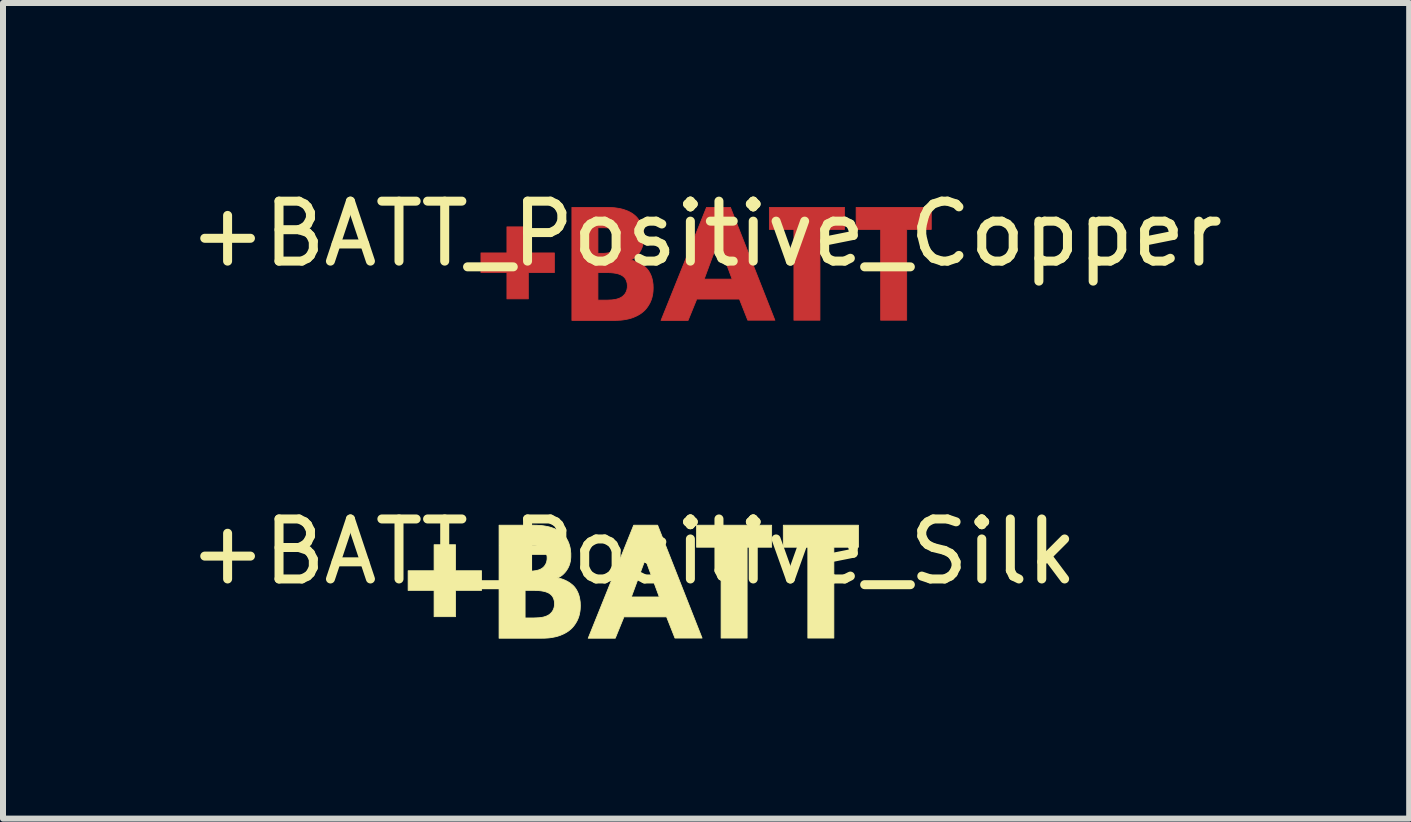
<source format=kicad_pcb>
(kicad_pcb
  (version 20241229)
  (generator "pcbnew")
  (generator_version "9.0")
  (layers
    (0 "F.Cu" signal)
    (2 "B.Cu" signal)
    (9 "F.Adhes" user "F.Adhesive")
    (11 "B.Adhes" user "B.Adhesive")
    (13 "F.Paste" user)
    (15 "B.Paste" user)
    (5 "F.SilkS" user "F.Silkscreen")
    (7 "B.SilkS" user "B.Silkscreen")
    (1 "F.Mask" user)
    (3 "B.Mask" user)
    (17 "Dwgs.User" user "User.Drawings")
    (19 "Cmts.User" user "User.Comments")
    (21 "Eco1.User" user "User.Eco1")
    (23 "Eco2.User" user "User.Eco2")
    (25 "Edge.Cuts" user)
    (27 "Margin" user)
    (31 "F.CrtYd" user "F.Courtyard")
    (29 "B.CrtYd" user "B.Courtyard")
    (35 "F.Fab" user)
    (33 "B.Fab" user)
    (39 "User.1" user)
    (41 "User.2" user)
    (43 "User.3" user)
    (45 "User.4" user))
  (footprint "+BATT_Positive_Copper"
    (layer "F.Cu")
    (at 8.72 1.348)
    (property "Reference" "+BATT_Positive_Copper" (at 0 -0.5 0) (unlocked yes) (layer "F.SilkS") (effects (font (size 1 1) (thickness 0.15))))
    (fp_poly (pts (xy 2.307 -0.574) (xy 1.898 -0.574) (xy 1.898 0.94) (xy 1.464 0.94) (xy 1.464 -0.574) (xy 1.055 -0.574) (xy 1.055 -0.941) (xy 2.307 -0.941)) (stroke (width 0.013) (type solid)) (fill yes) (layer "F.Cu"))
    (fp_poly (pts (xy 3.754 -0.574) (xy 3.344 -0.574) (xy 3.344 0.94) (xy 2.91 0.94) (xy 2.91 -0.574) (xy 2.501 -0.574) (xy 2.501 -0.941) (xy 3.754 -0.941)) (stroke (width 0.013) (type solid)) (fill yes) (layer "F.Cu"))
    (fp_poly (pts (xy -2.963 -0.182) (xy -2.529 -0.182) (xy -2.529 0.146) (xy -2.963 0.146) (xy -2.963 0.584) (xy -3.32 0.584) (xy -3.32 0.146) (xy -3.753 0.146) (xy -3.753 -0.182) (xy -3.32 -0.182) (xy -3.32 -0.616) (xy -2.963 -0.616)) (stroke (width 0.013) (type solid)) (fill yes) (layer "F.Cu"))
    (fp_poly (pts (xy 1.147 0.94) (xy 0.695 0.94) (xy 0.554 0.583) (xy 0.554 0.587) (xy -0.155 0.587) (xy -0.3 0.943) (xy -0.751 0.943) (xy -0.474 0.255) (xy -0.032 0.255) (xy 0.434 0.255) (xy 0.201 -0.376) (xy -0.032 0.255) (xy -0.474 0.255) (xy 0.007 -0.941) (xy 0.406 -0.941)) (stroke (width 0.013) (type solid)) (fill yes) (layer "F.Cu"))
    (fp_poly (pts (xy -1.611 -0.94) (xy -1.557 -0.937) (xy -1.528 -0.935) (xy -1.497 -0.931) (xy -1.465 -0.926) (xy -1.432 -0.92) (xy -1.398 -0.912) (xy -1.365 -0.902) (xy -1.331 -0.89) (xy -1.298 -0.877) (xy -1.265 -0.86) (xy -1.249 -0.851) (xy -1.234 -0.842) (xy -1.218 -0.831) (xy -1.203 -0.82) (xy -1.189 -0.808) (xy -1.175 -0.796) (xy -1.164 -0.785) (xy -1.153 -0.774) (xy -1.144 -0.762) (xy -1.134 -0.75) (xy -1.118 -0.727) (xy -1.103 -0.702) (xy -1.09 -0.678) (xy -1.08 -0.653) (xy -1.07 -0.629) (xy -1.063 -0.604) (xy -1.056 -0.581) (xy -1.051 -0.557) (xy -1.048 -0.535) (xy -1.045 -0.513) (xy -1.043 -0.493) (xy -1.041 -0.473) (xy -1.041 -0.44) (xy -1.041 -0.411) (xy -1.042 -0.397) (xy -1.043 -0.382) (xy -1.045 -0.367) (xy -1.047 -0.352) (xy -1.049 -0.337) (xy -1.053 -0.322) (xy -1.056 -0.307) (xy -1.061 -0.292) (xy -1.066 -0.276) (xy -1.072 -0.261) (xy -1.079 -0.246) (xy -1.086 -0.23) (xy -1.095 -0.215) (xy -1.104 -0.2) (xy -1.114 -0.186) (xy -1.123 -0.172) (xy -1.133 -0.16) (xy -1.143 -0.148) (xy -1.154 -0.137) (xy -1.164 -0.127) (xy -1.174 -0.117) (xy -1.185 -0.108) (xy -1.195 -0.1) (xy -1.206 -0.093) (xy -1.216 -0.086) (xy -1.226 -0.08) (xy -1.235 -0.075) (xy -1.245 -0.07) (xy -1.254 -0.066) (xy -1.263 -0.062) (xy -1.246 -0.059) (xy -1.228 -0.055) (xy -1.211 -0.051) (xy -1.193 -0.046) (xy -1.176 -0.04) (xy -1.159 -0.033) (xy -1.141 -0.026) (xy -1.124 -0.018) (xy -1.108 -0.01) (xy -1.091 -0.001) (xy -1.075 0.009) (xy -1.059 0.019) (xy -1.044 0.03) (xy -1.03 0.041) (xy -1.015 0.053) (xy -1.002 0.065) (xy -0.99 0.077) (xy -0.978 0.091) (xy -0.967 0.105) (xy -0.956 0.121) (xy -0.946 0.137) (xy -0.936 0.155) (xy -0.927 0.174) (xy -0.918 0.194) (xy -0.91 0.215) (xy -0.903 0.238) (xy -0.897 0.262) (xy -0.892 0.287) (xy -0.888 0.313) (xy -0.884 0.341) (xy -0.883 0.37) (xy -0.882 0.4) (xy -0.883 0.435) (xy -0.885 0.468) (xy -0.889 0.5) (xy -0.895 0.53) (xy -0.901 0.558) (xy -0.909 0.585) (xy -0.918 0.61) (xy -0.928 0.634) (xy -0.939 0.657) (xy -0.951 0.678) (xy -0.963 0.698) (xy -0.976 0.717) (xy -0.989 0.735) (xy -1.002 0.751) (xy -1.016 0.767) (xy -1.03 0.781) (xy -1.045 0.795) (xy -1.06 0.807) (xy -1.075 0.819) (xy -1.091 0.831) (xy -1.124 0.851) (xy -1.157 0.869) (xy -1.191 0.884) (xy -1.225 0.898) (xy -1.259 0.909) (xy -1.293 0.918) (xy -1.327 0.925) (xy -1.36 0.931) (xy -1.392 0.936) (xy -1.422 0.939) (xy -1.479 0.942) (xy -1.527 0.943) (xy -2.237 0.943) (xy -2.237 0.605) (xy -1.803 0.605) (xy -1.697 0.605) (xy -1.655 0.605) (xy -1.611 0.603) (xy -1.59 0.602) (xy -1.568 0.601) (xy -1.546 0.598) (xy -1.524 0.595) (xy -1.503 0.591) (xy -1.483 0.586) (xy -1.463 0.579) (xy -1.443 0.572) (xy -1.425 0.563) (xy -1.407 0.553) (xy -1.399 0.547) (xy -1.391 0.541) (xy -1.383 0.534) (xy -1.376 0.527) (xy -1.369 0.52) (xy -1.362 0.513) (xy -1.356 0.505) (xy -1.349 0.497) (xy -1.344 0.488) (xy -1.339 0.479) (xy -1.334 0.469) (xy -1.329 0.46) (xy -1.326 0.449) (xy -1.322 0.439) (xy -1.319 0.428) (xy -1.317 0.416) (xy -1.315 0.405) (xy -1.313 0.393) (xy -1.313 0.381) (xy -1.312 0.368) (xy -1.313 0.354) (xy -1.314 0.341) (xy -1.315 0.328) (xy -1.318 0.315) (xy -1.321 0.304) (xy -1.324 0.293) (xy -1.328 0.282) (xy -1.332 0.273) (xy -1.336 0.263) (xy -1.341 0.255) (xy -1.346 0.247) (xy -1.351 0.24) (xy -1.356 0.233) (xy -1.362 0.227) (xy -1.367 0.222) (xy -1.372 0.217) (xy -1.38 0.21) (xy -1.388 0.204) (xy -1.396 0.199) (xy -1.404 0.193) (xy -1.422 0.184) (xy -1.441 0.176) (xy -1.461 0.169) (xy -1.481 0.163) (xy -1.502 0.159) (xy -1.524 0.155) (xy -1.545 0.152) (xy -1.566 0.15) (xy -1.587 0.148) (xy -1.608 0.147) (xy -1.647 0.146) (xy -1.683 0.146) (xy -1.803 0.146) (xy -1.803 0.605) (xy -2.237 0.605) (xy -2.237 -0.175) (xy -1.803 -0.175) (xy -1.732 -0.175) (xy -1.708 -0.175) (xy -1.681 -0.177) (xy -1.667 -0.178) (xy -1.652 -0.18) (xy -1.638 -0.182) (xy -1.623 -0.184) (xy -1.608 -0.187) (xy -1.593 -0.191) (xy -1.579 -0.195) (xy -1.564 -0.2) (xy -1.551 -0.206) (xy -1.538 -0.212) (xy -1.525 -0.22) (xy -1.513 -0.228) (xy -1.506 -0.234) (xy -1.499 -0.24) (xy -1.492 -0.247) (xy -1.485 -0.254) (xy -1.478 -0.263) (xy -1.472 -0.271) (xy -1.466 -0.281) (xy -1.46 -0.291) (xy -1.457 -0.296) (xy -1.455 -0.302) (xy -1.452 -0.307) (xy -1.45 -0.313) (xy -1.448 -0.319) (xy -1.446 -0.325) (xy -1.444 -0.331) (xy -1.442 -0.338) (xy -1.441 -0.344) (xy -1.44 -0.351) (xy -1.438 -0.357) (xy -1.437 -0.364) (xy -1.437 -0.372) (xy -1.436 -0.379) (xy -1.436 -0.386) (xy -1.436 -0.394) (xy -1.436 -0.409) (xy -1.437 -0.423) (xy -1.44 -0.436) (xy -1.442 -0.449) (xy -1.446 -0.461) (xy -1.45 -0.473) (xy -1.454 -0.484) (xy -1.46 -0.494) (xy -1.465 -0.504) (xy -1.471 -0.513) (xy -1.477 -0.521) (xy -1.483 -0.529) (xy -1.49 -0.536) (xy -1.497 -0.542) (xy -1.503 -0.547) (xy -1.51 -0.552) (xy -1.516 -0.557) (xy -1.522 -0.561) (xy -1.535 -0.569) (xy -1.548 -0.575) (xy -1.561 -0.581) (xy -1.575 -0.586) (xy -1.589 -0.59) (xy -1.603 -0.593) (xy -1.617 -0.596) (xy -1.632 -0.598) (xy -1.647 -0.599) (xy -1.662 -0.6) (xy -1.677 -0.601) (xy -1.706 -0.602) (xy -1.736 -0.602) (xy -1.803 -0.602) (xy -1.803 -0.175) (xy -2.237 -0.175) (xy -2.237 -0.941) (xy -1.654 -0.941)) (stroke (width 0.013) (type solid)) (fill yes) (layer "F.Cu")))
  (footprint "+BATT_Positive_Silk"
    (layer "F.Cu")
    (at 7.506 6.646)
    (property "Reference" "+BATT_Positive_Silk" (at 0 -0.5 0) (unlocked yes) (layer "F.SilkS") (effects (font (size 1 1) (thickness 0.15))))
    (fp_poly (pts (xy 2.307 -0.574) (xy 1.898 -0.574) (xy 1.898 0.94) (xy 1.464 0.94) (xy 1.464 -0.574) (xy 1.055 -0.574) (xy 1.055 -0.941) (xy 2.307 -0.941)) (stroke (width 0.013) (type solid)) (fill yes) (layer "F.SilkS"))
    (fp_poly (pts (xy 3.754 -0.574) (xy 3.344 -0.574) (xy 3.344 0.94) (xy 2.91 0.94) (xy 2.91 -0.574) (xy 2.501 -0.574) (xy 2.501 -0.941) (xy 3.754 -0.941)) (stroke (width 0.013) (type solid)) (fill yes) (layer "F.SilkS"))
    (fp_poly (pts (xy -2.963 -0.182) (xy -2.529 -0.182) (xy -2.529 0.146) (xy -2.963 0.146) (xy -2.963 0.584) (xy -3.32 0.584) (xy -3.32 0.146) (xy -3.753 0.146) (xy -3.753 -0.182) (xy -3.32 -0.182) (xy -3.32 -0.616) (xy -2.963 -0.616)) (stroke (width 0.013) (type solid)) (fill yes) (layer "F.SilkS"))
    (fp_poly (pts (xy 1.147 0.94) (xy 0.695 0.94) (xy 0.554 0.583) (xy 0.554 0.587) (xy -0.155 0.587) (xy -0.3 0.943) (xy -0.751 0.943) (xy -0.474 0.255) (xy -0.032 0.255) (xy 0.434 0.255) (xy 0.201 -0.376) (xy -0.032 0.255) (xy -0.474 0.255) (xy 0.007 -0.941) (xy 0.406 -0.941)) (stroke (width 0.013) (type solid)) (fill yes) (layer "F.SilkS"))
    (fp_poly (pts (xy -1.611 -0.94) (xy -1.557 -0.937) (xy -1.528 -0.935) (xy -1.497 -0.931) (xy -1.465 -0.926) (xy -1.432 -0.92) (xy -1.398 -0.912) (xy -1.365 -0.902) (xy -1.331 -0.89) (xy -1.298 -0.877) (xy -1.265 -0.86) (xy -1.249 -0.851) (xy -1.234 -0.842) (xy -1.218 -0.831) (xy -1.203 -0.82) (xy -1.189 -0.808) (xy -1.175 -0.796) (xy -1.164 -0.785) (xy -1.153 -0.774) (xy -1.144 -0.762) (xy -1.134 -0.75) (xy -1.118 -0.727) (xy -1.103 -0.702) (xy -1.09 -0.678) (xy -1.08 -0.653) (xy -1.07 -0.629) (xy -1.063 -0.604) (xy -1.056 -0.581) (xy -1.051 -0.557) (xy -1.048 -0.535) (xy -1.045 -0.513) (xy -1.043 -0.493) (xy -1.041 -0.473) (xy -1.041 -0.44) (xy -1.041 -0.411) (xy -1.042 -0.397) (xy -1.043 -0.382) (xy -1.045 -0.367) (xy -1.047 -0.352) (xy -1.049 -0.337) (xy -1.053 -0.322) (xy -1.056 -0.307) (xy -1.061 -0.292) (xy -1.066 -0.276) (xy -1.072 -0.261) (xy -1.079 -0.246) (xy -1.086 -0.23) (xy -1.095 -0.215) (xy -1.104 -0.2) (xy -1.114 -0.186) (xy -1.123 -0.172) (xy -1.133 -0.16) (xy -1.143 -0.148) (xy -1.154 -0.137) (xy -1.164 -0.127) (xy -1.174 -0.117) (xy -1.185 -0.108) (xy -1.195 -0.1) (xy -1.206 -0.093) (xy -1.216 -0.086) (xy -1.226 -0.08) (xy -1.235 -0.075) (xy -1.245 -0.07) (xy -1.254 -0.066) (xy -1.263 -0.062) (xy -1.246 -0.059) (xy -1.228 -0.055) (xy -1.211 -0.051) (xy -1.193 -0.046) (xy -1.176 -0.04) (xy -1.159 -0.033) (xy -1.141 -0.026) (xy -1.124 -0.018) (xy -1.108 -0.01) (xy -1.091 -0.001) (xy -1.075 0.009) (xy -1.059 0.019) (xy -1.044 0.03) (xy -1.03 0.041) (xy -1.015 0.053) (xy -1.002 0.065) (xy -0.99 0.077) (xy -0.978 0.091) (xy -0.967 0.105) (xy -0.956 0.121) (xy -0.946 0.137) (xy -0.936 0.155) (xy -0.927 0.174) (xy -0.918 0.194) (xy -0.91 0.215) (xy -0.903 0.238) (xy -0.897 0.262) (xy -0.892 0.287) (xy -0.888 0.313) (xy -0.884 0.341) (xy -0.883 0.37) (xy -0.882 0.4) (xy -0.883 0.435) (xy -0.885 0.468) (xy -0.889 0.5) (xy -0.895 0.53) (xy -0.901 0.558) (xy -0.909 0.585) (xy -0.918 0.61) (xy -0.928 0.634) (xy -0.939 0.657) (xy -0.951 0.678) (xy -0.963 0.698) (xy -0.976 0.717) (xy -0.989 0.735) (xy -1.002 0.751) (xy -1.016 0.767) (xy -1.03 0.781) (xy -1.045 0.795) (xy -1.06 0.807) (xy -1.075 0.819) (xy -1.091 0.831) (xy -1.124 0.851) (xy -1.157 0.869) (xy -1.191 0.884) (xy -1.225 0.898) (xy -1.259 0.909) (xy -1.293 0.918) (xy -1.327 0.925) (xy -1.36 0.931) (xy -1.392 0.936) (xy -1.422 0.939) (xy -1.479 0.942) (xy -1.527 0.943) (xy -2.237 0.943) (xy -2.237 0.605) (xy -1.803 0.605) (xy -1.697 0.605) (xy -1.655 0.605) (xy -1.611 0.603) (xy -1.59 0.602) (xy -1.568 0.601) (xy -1.546 0.598) (xy -1.524 0.595) (xy -1.503 0.591) (xy -1.483 0.586) (xy -1.463 0.579) (xy -1.443 0.572) (xy -1.425 0.563) (xy -1.407 0.553) (xy -1.399 0.547) (xy -1.391 0.541) (xy -1.383 0.534) (xy -1.376 0.527) (xy -1.369 0.52) (xy -1.362 0.513) (xy -1.356 0.505) (xy -1.349 0.497) (xy -1.344 0.488) (xy -1.339 0.479) (xy -1.334 0.469) (xy -1.329 0.46) (xy -1.326 0.449) (xy -1.322 0.439) (xy -1.319 0.428) (xy -1.317 0.416) (xy -1.315 0.405) (xy -1.313 0.393) (xy -1.313 0.381) (xy -1.312 0.368) (xy -1.313 0.354) (xy -1.314 0.341) (xy -1.315 0.328) (xy -1.318 0.315) (xy -1.321 0.304) (xy -1.324 0.293) (xy -1.328 0.282) (xy -1.332 0.273) (xy -1.336 0.263) (xy -1.341 0.255) (xy -1.346 0.247) (xy -1.351 0.24) (xy -1.356 0.233) (xy -1.362 0.227) (xy -1.367 0.222) (xy -1.372 0.217) (xy -1.38 0.21) (xy -1.388 0.204) (xy -1.396 0.199) (xy -1.404 0.193) (xy -1.422 0.184) (xy -1.441 0.176) (xy -1.461 0.169) (xy -1.481 0.163) (xy -1.502 0.159) (xy -1.524 0.155) (xy -1.545 0.152) (xy -1.566 0.15) (xy -1.587 0.148) (xy -1.608 0.147) (xy -1.647 0.146) (xy -1.683 0.146) (xy -1.803 0.146) (xy -1.803 0.605) (xy -2.237 0.605) (xy -2.237 -0.175) (xy -1.803 -0.175) (xy -1.732 -0.175) (xy -1.708 -0.175) (xy -1.681 -0.177) (xy -1.667 -0.178) (xy -1.652 -0.18) (xy -1.638 -0.182) (xy -1.623 -0.184) (xy -1.608 -0.187) (xy -1.593 -0.191) (xy -1.579 -0.195) (xy -1.564 -0.2) (xy -1.551 -0.206) (xy -1.538 -0.212) (xy -1.525 -0.22) (xy -1.513 -0.228) (xy -1.506 -0.234) (xy -1.499 -0.24) (xy -1.492 -0.247) (xy -1.485 -0.254) (xy -1.478 -0.263) (xy -1.472 -0.271) (xy -1.466 -0.281) (xy -1.46 -0.291) (xy -1.457 -0.296) (xy -1.455 -0.302) (xy -1.452 -0.307) (xy -1.45 -0.313) (xy -1.448 -0.319) (xy -1.446 -0.325) (xy -1.444 -0.331) (xy -1.442 -0.338) (xy -1.441 -0.344) (xy -1.44 -0.351) (xy -1.438 -0.357) (xy -1.437 -0.364) (xy -1.437 -0.372) (xy -1.436 -0.379) (xy -1.436 -0.386) (xy -1.436 -0.394) (xy -1.436 -0.409) (xy -1.437 -0.423) (xy -1.44 -0.436) (xy -1.442 -0.449) (xy -1.446 -0.461) (xy -1.45 -0.473) (xy -1.454 -0.484) (xy -1.46 -0.494) (xy -1.465 -0.504) (xy -1.471 -0.513) (xy -1.477 -0.521) (xy -1.483 -0.529) (xy -1.49 -0.536) (xy -1.497 -0.542) (xy -1.503 -0.547) (xy -1.51 -0.552) (xy -1.516 -0.557) (xy -1.522 -0.561) (xy -1.535 -0.569) (xy -1.548 -0.575) (xy -1.561 -0.581) (xy -1.575 -0.586) (xy -1.589 -0.59) (xy -1.603 -0.593) (xy -1.617 -0.596) (xy -1.632 -0.598) (xy -1.647 -0.599) (xy -1.662 -0.6) (xy -1.677 -0.601) (xy -1.706 -0.602) (xy -1.736 -0.602) (xy -1.803 -0.602) (xy -1.803 -0.175) (xy -2.237 -0.175) (xy -2.237 -0.941) (xy -1.654 -0.941)) (stroke (width 0.013) (type solid)) (fill yes) (layer "F.SilkS")))
  (gr_rect
    (start -3 -3)
    (end 20.44 10.596)
    (stroke (width 0.1) (type default))
    (fill no)
    (layer "Edge.Cuts")))
</source>
